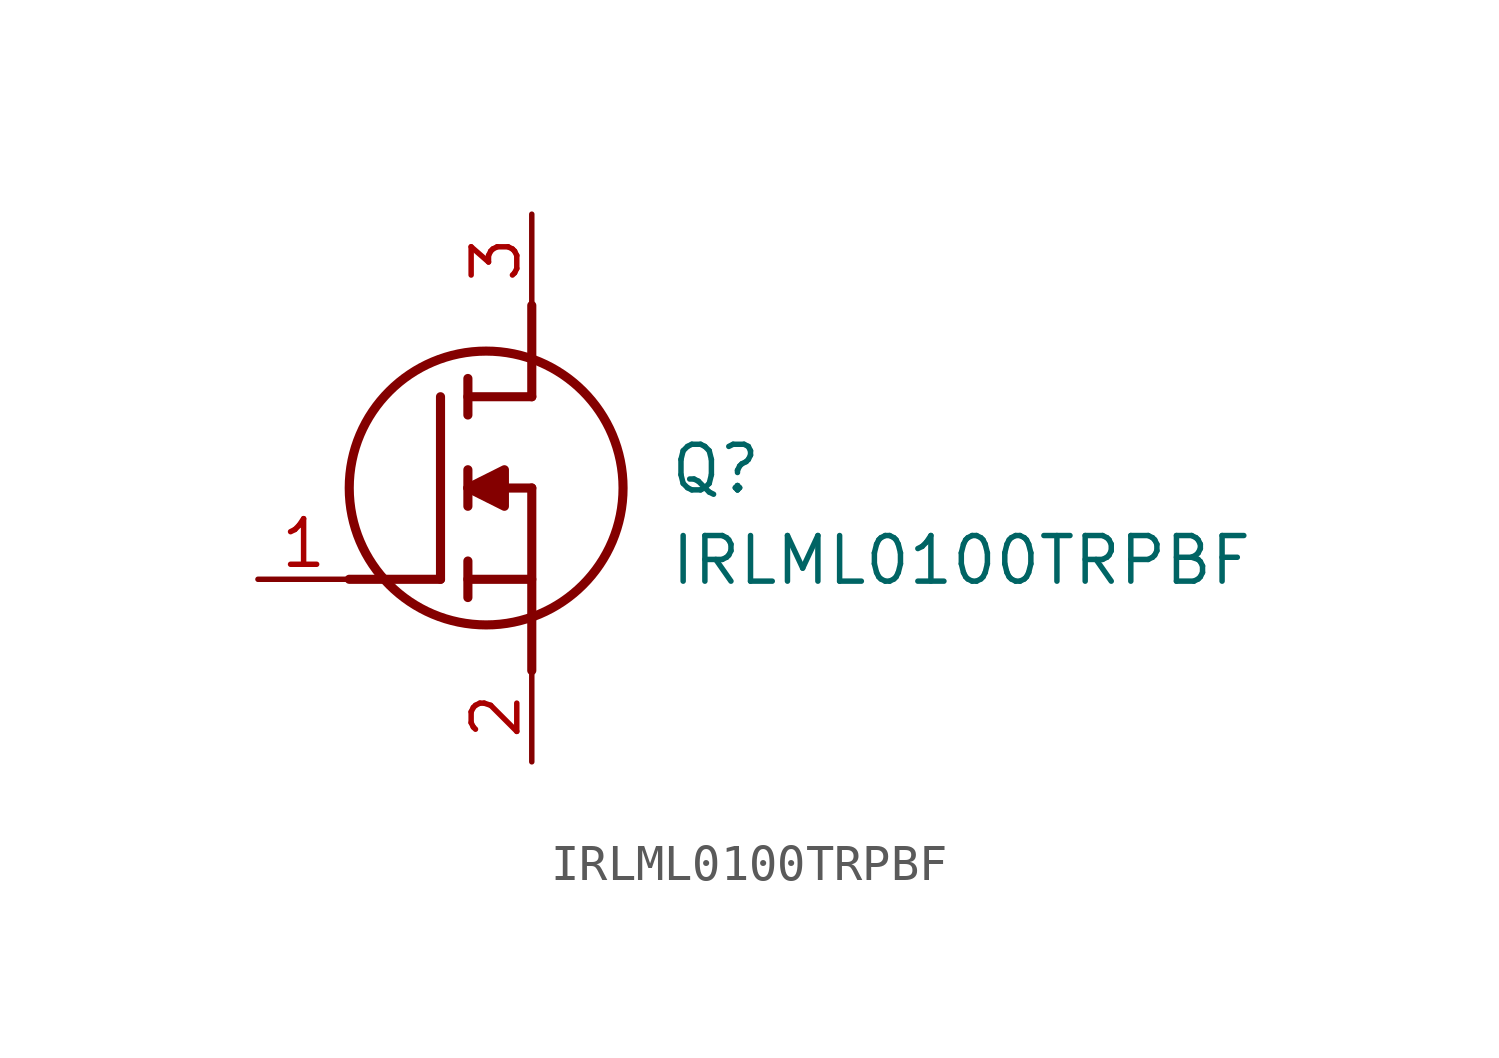
<source format=kicad_sym>
(kicad_symbol_lib
  (version 20211014)
  (generator SamacSys_ECAD_Model)
  (symbol "IRLML0100TRPBF"
    (pin_names hide)
    (property "Reference" "Q"
      (at 11.43 3.81 0)
      (effects (font (size 1.27 1.27)) (justify left top)))
    (property "Value" "IRLML0100TRPBF"
      (at 11.43 1.27 0)
      (effects (font (size 1.27 1.27)) (justify left top)))
    (polyline
      (pts (xy 7.62 2.54) (xy 7.62 -2.54))
      (stroke (width 0.254) (type default))
      (fill (type none)))
    (polyline
      (pts (xy 7.62 5.08) (xy 7.62 7.62))
      (stroke (width 0.254) (type default))
      (fill (type none)))
    (polyline
      (pts (xy 2.54 0) (xy 5.08 0))
      (stroke (width 0.254) (type default))
      (fill (type none)))
    (polyline
      (pts (xy 5.08 5.08) (xy 5.08 0))
      (stroke (width 0.254) (type default))
      (fill (type none)))
    (polyline
      (pts (xy 7.62 2.54) (xy 5.842 2.54))
      (stroke (width 0.254) (type default))
      (fill (type none)))
    (polyline
      (pts (xy 7.62 5.08) (xy 5.842 5.08))
      (stroke (width 0.254) (type default))
      (fill (type none)))
    (polyline
      (pts (xy 5.842 0) (xy 7.62 0))
      (stroke (width 0.254) (type default))
      (fill (type none)))
    (polyline
      (pts (xy 5.842 5.588) (xy 5.842 4.572))
      (stroke (width 0.254) (type default))
      (fill (type none)))
    (polyline
      (pts (xy 5.842 -0.508) (xy 5.842 0.508))
      (stroke (width 0.254) (type default))
      (fill (type none)))
    (polyline
      (pts (xy 5.842 2.032) (xy 5.842 3.048))
      (stroke (width 0.254) (type default))
      (fill (type none)))
    (circle
      (center 6.35 2.54)
      (radius 3.81)
      (stroke (width 0.254) (type default))
      (fill (type none)))
    (polyline
      (pts (xy 5.842 2.54) (xy 6.858 3.048) (xy 6.858 2.032) (xy 5.842 2.54))
      (stroke (width 0.254) (type default))
      (fill (type outline)))
    (pin passive line
      (at 0 0 0)
      (length 2.54)
      (name "G" (effects (font (size 1.27 1.27))))
      (number "1" (effects (font (size 1.27 1.27)))))
    (pin passive line
      (at 7.62 10.16 270)
      (length 2.54)
      (name "D" (effects (font (size 1.27 1.27))))
      (number "3" (effects (font (size 1.27 1.27)))))
    (pin passive line
      (at 7.62 -5.08 90)
      (length 2.54)
      (name "S" (effects (font (size 1.27 1.27))))
      (number "2" (effects (font (size 1.27 1.27)))))))
</source>
